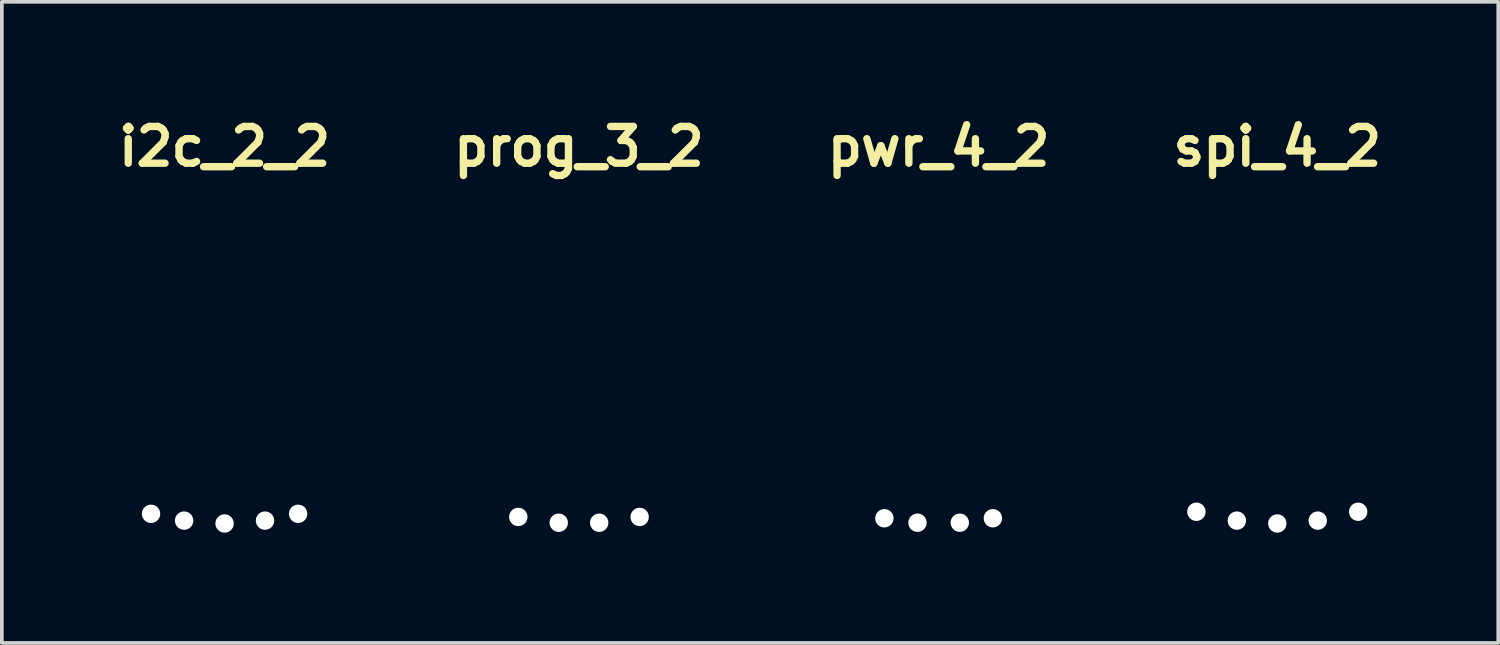
<source format=kicad_pcb>
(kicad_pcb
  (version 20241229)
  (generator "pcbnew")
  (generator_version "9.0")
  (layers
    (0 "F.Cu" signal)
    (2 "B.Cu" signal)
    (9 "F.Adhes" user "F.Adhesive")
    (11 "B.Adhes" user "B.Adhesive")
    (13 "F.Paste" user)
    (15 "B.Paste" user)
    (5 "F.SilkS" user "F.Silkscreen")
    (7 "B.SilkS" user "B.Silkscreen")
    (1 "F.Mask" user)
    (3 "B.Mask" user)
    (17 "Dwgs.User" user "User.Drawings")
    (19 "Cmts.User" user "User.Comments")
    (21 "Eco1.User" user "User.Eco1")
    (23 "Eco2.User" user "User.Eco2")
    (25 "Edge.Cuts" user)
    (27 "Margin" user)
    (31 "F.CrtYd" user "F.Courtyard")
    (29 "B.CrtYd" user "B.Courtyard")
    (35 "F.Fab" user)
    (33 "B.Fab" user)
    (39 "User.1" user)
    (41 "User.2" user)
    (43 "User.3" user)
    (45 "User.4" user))
  (footprint "pwr_4_2"
    (layer "F.Cu")
    (at 22.476 3.436)
    (property "Reference" "pwr_4_2" (at 0 -2.5 0) (layer "F.SilkS") (effects (font (size 1 1) (thickness 0.2))))
    (attr through_hole)
    (pad "" np_thru_hole circle (at -1.475 7.608) (size 0.5 0.5) (drill 0.5) (layers "*.Cu" "*.Mask"))
    (pad "" np_thru_hole circle (at -0.575 7.729) (size 0.5 0.5) (drill 0.5) (layers "*.Cu" "*.Mask"))
    (pad "" np_thru_hole circle (at 0.575 7.729) (size 0.5 0.5) (drill 0.5) (layers "*.Cu" "*.Mask"))
    (pad "" np_thru_hole circle (at 1.475 7.608) (size 0.5 0.5) (drill 0.5) (layers "*.Cu" "*.Mask")))
  (footprint "i2c_2_2"
    (layer "F.Cu")
    (at 3.057 3.436)
    (property "Reference" "i2c_2_2" (at 0 -2.5 0) (layer "F.SilkS") (effects (font (size 1 1) (thickness 0.2))))
    (attr through_hole)
    (pad "" np_thru_hole circle (at -2 7.487) (size 0.5 0.5) (drill 0.5) (layers "*.Cu" "*.Mask"))
    (pad "" np_thru_hole circle (at -1.1 7.672) (size 0.5 0.5) (drill 0.5) (layers "*.Cu" "*.Mask"))
    (pad "" np_thru_hole circle (at 0 7.75) (size 0.5 0.5) (drill 0.5) (layers "*.Cu" "*.Mask"))
    (pad "" np_thru_hole circle (at 1.1 7.672) (size 0.5 0.5) (drill 0.5) (layers "*.Cu" "*.Mask"))
    (pad "" np_thru_hole circle (at 2 7.487) (size 0.5 0.5) (drill 0.5) (layers "*.Cu" "*.Mask")))
  (footprint "prog_3_2"
    (layer "F.Cu")
    (at 12.695 3.436)
    (property "Reference" "prog_3_2" (at 0 -2.5 0) (layer "F.SilkS") (effects (font (size 1 1) (thickness 0.2))))
    (attr through_hole)
    (pad "" np_thru_hole circle (at -1.65 7.572) (size 0.5 0.5) (drill 0.5) (layers "*.Cu" "*.Mask"))
    (pad "" np_thru_hole circle (at -0.55 7.73) (size 0.5 0.5) (drill 0.5) (layers "*.Cu" "*.Mask"))
    (pad "" np_thru_hole circle (at 0.55 7.73) (size 0.5 0.5) (drill 0.5) (layers "*.Cu" "*.Mask"))
    (pad "" np_thru_hole circle (at 1.65 7.572) (size 0.5 0.5) (drill 0.5) (layers "*.Cu" "*.Mask")))
  (footprint "spi_4_2"
    (layer "F.Cu")
    (at 31.686 3.436)
    (property "Reference" "spi_4_2" (at 0 -2.5 0) (layer "F.SilkS") (effects (font (size 1 1) (thickness 0.2))))
    (attr through_hole)
    (pad "" np_thru_hole circle (at -2.2 7.431) (size 0.5 0.5) (drill 0.5) (layers "*.Cu" "*.Mask"))
    (pad "" np_thru_hole circle (at -1.1 7.672) (size 0.5 0.5) (drill 0.5) (layers "*.Cu" "*.Mask"))
    (pad "" np_thru_hole circle (at 0 7.75) (size 0.5 0.5) (drill 0.5) (layers "*.Cu" "*.Mask"))
    (pad "" np_thru_hole circle (at 1.1 7.672) (size 0.5 0.5) (drill 0.5) (layers "*.Cu" "*.Mask"))
    (pad "" np_thru_hole circle (at 2.2 7.431) (size 0.5 0.5) (drill 0.5) (layers "*.Cu" "*.Mask")))
  (gr_rect
    (start -3 -3)
    (end 37.695 14.436)
    (stroke (width 0.1) (type default))
    (fill no)
    (layer "Edge.Cuts")))
</source>
